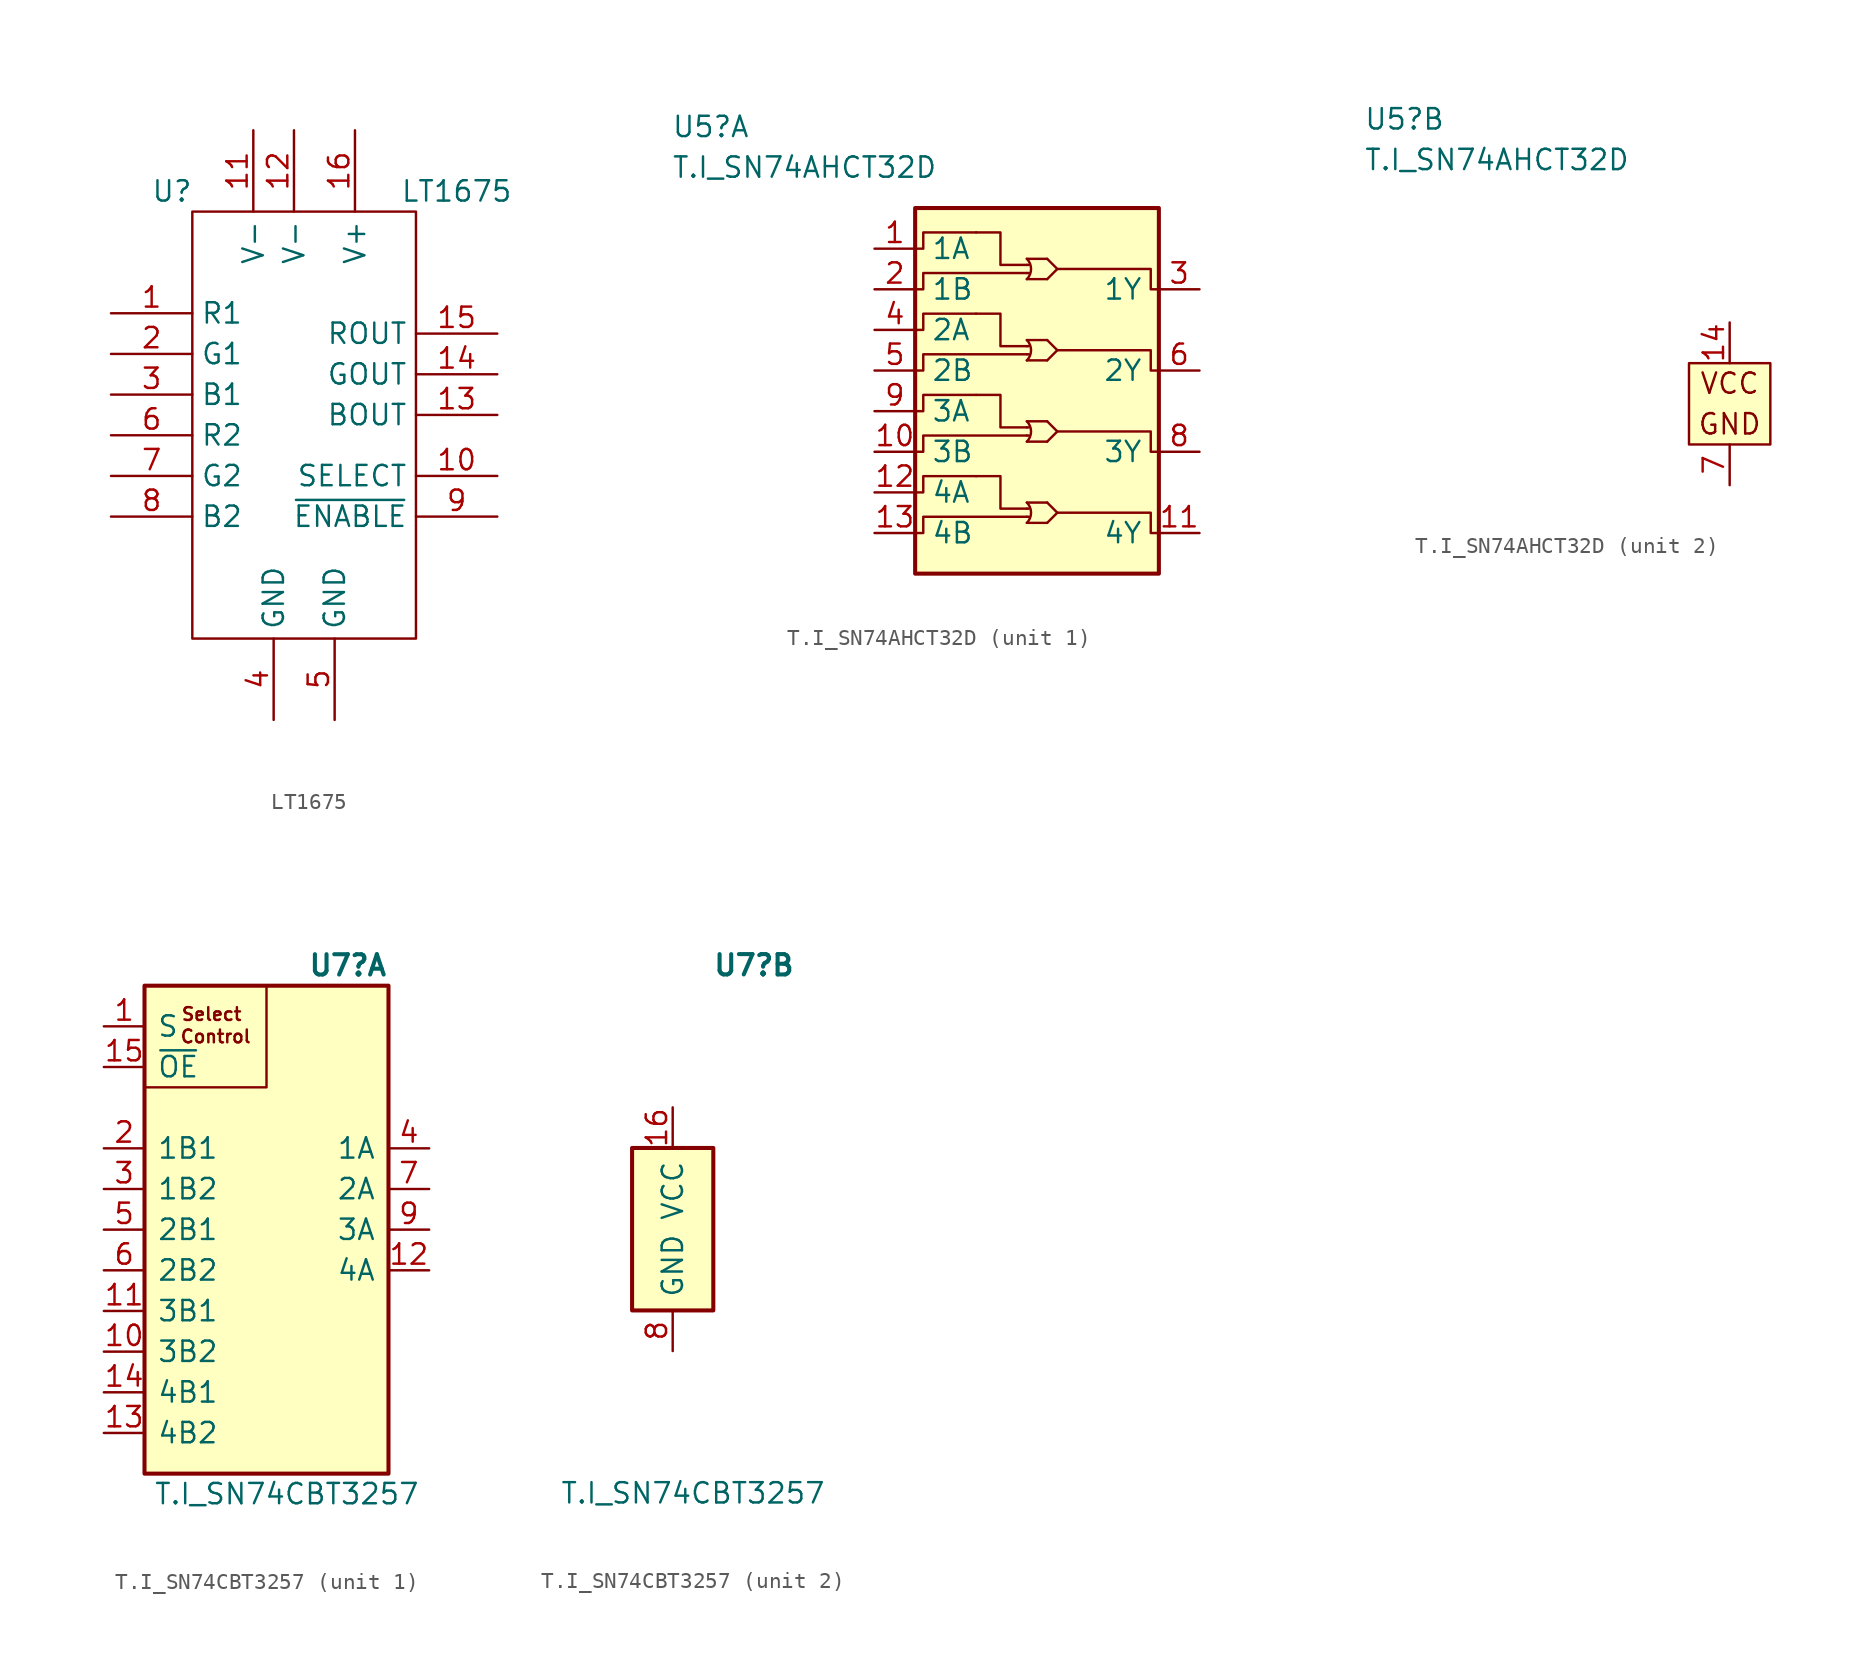
<source format=kicad_sym>
(kicad_symbol_lib
  (version 20211014)
  (generator kicad_symbol_editor)
  (symbol "LT1675"
    (property "Reference" "U"
      (at -6.35 6.35 0)
      (effects (font (size 1.27 1.27))))
    (property "Value" "LT1675"
      (at 11.43 6.35 0)
      (effects (font (size 1.27 1.27))))
    (symbol "LT1675_0_1"
      (rectangle (start -5.08 5.08) (end 8.89 -21.59) (stroke (width 0) (type default) (color 0 0 0 0)) (fill (type none))))
    (symbol "LT1675_1_0"
      (pin input line (at -10.16 -1.27 0) (length 5.08) (name "R1" (effects (font (size 1.27 1.27)))) (number "1" (effects (font (size 1.27 1.27)))))
      (pin input line (at 13.97 -11.43 180) (length 5.08) (name "SELECT" (effects (font (size 1.27 1.27)))) (number "10" (effects (font (size 1.27 1.27)))))
      (pin power_in line (at -1.27 10.16 270) (length 5.08) (name "V-" (effects (font (size 1.27 1.27)))) (number "11" (effects (font (size 1.27 1.27)))))
      (pin power_in line (at 1.27 10.16 270) (length 5.08) (name "V-" (effects (font (size 1.27 1.27)))) (number "12" (effects (font (size 1.27 1.27)))))
      (pin output line (at 13.97 -7.62 180) (length 5.08) (name "BOUT" (effects (font (size 1.27 1.27)))) (number "13" (effects (font (size 1.27 1.27)))))
      (pin output line (at 13.97 -5.08 180) (length 5.08) (name "GOUT" (effects (font (size 1.27 1.27)))) (number "14" (effects (font (size 1.27 1.27)))))
      (pin output line (at 13.97 -2.54 180) (length 5.08) (name "ROUT" (effects (font (size 1.27 1.27)))) (number "15" (effects (font (size 1.27 1.27)))))
      (pin power_in line (at 5.08 10.16 270) (length 5.08) (name "V+" (effects (font (size 1.27 1.27)))) (number "16" (effects (font (size 1.27 1.27)))))
      (pin input line (at -10.16 -3.81 0) (length 5.08) (name "G1" (effects (font (size 1.27 1.27)))) (number "2" (effects (font (size 1.27 1.27)))))
      (pin input line (at -10.16 -6.35 0) (length 5.08) (name "B1" (effects (font (size 1.27 1.27)))) (number "3" (effects (font (size 1.27 1.27)))))
      (pin power_in line (at 0 -26.67 90) (length 5.08) (name "GND" (effects (font (size 1.27 1.27)))) (number "4" (effects (font (size 1.27 1.27)))))
      (pin power_in line (at 3.81 -26.67 90) (length 5.08) (name "GND" (effects (font (size 1.27 1.27)))) (number "5" (effects (font (size 1.27 1.27)))))
      (pin input line (at -10.16 -8.89 0) (length 5.08) (name "R2" (effects (font (size 1.27 1.27)))) (number "6" (effects (font (size 1.27 1.27)))))
      (pin input line (at -10.16 -11.43 0) (length 5.08) (name "G2" (effects (font (size 1.27 1.27)))) (number "7" (effects (font (size 1.27 1.27)))))
      (pin input line (at -10.16 -13.97 0) (length 5.08) (name "B2" (effects (font (size 1.27 1.27)))) (number "8" (effects (font (size 1.27 1.27)))))
      (pin input line (at 13.97 -13.97 180) (length 5.08) (name "~{ENABLE}" (effects (font (size 1.27 1.27)))) (number "9" (effects (font (size 1.27 1.27)))))))
  (symbol "T.I_SN74AHCT32D"
    (pin_names
      (offset 1))
    (property "Reference" "U5"
      (at -22.86 17.78 0)
      (effects (font (size 1.27 1.27)) (justify left)))
    (property "Value" "T.I_SN74AHCT32D"
      (at -22.86 15.24 0)
      (effects (font (size 1.27 1.27)) (justify left)))
    (property "ki_locked" ""
      (at 0 0 0)
      (effects (font (size 1.27 1.27))))
    (symbol "T.I_SN74AHCT32D_1_1"
      (rectangle (start -7.62 12.7) (end 7.62 -10.16) (stroke (width 0.254) (type default) (color 0 0 0 0)) (fill (type background)))
      (arc (start -0.635 -6.985) (mid -0.372 -6.35) (end -0.635 -5.715) (stroke (width 0) (type default) (color 0 0 0 0)) (fill (type none)))
      (arc (start -0.635 -1.905) (mid -0.372 -1.27) (end -0.635 -0.635) (stroke (width 0) (type default) (color 0 0 0 0)) (fill (type none)))
      (arc (start -0.635 3.175) (mid -0.372 3.81) (end -0.635 4.445) (stroke (width 0) (type default) (color 0 0 0 0)) (fill (type none)))
      (arc (start -0.635 8.255) (mid -0.372 8.89) (end -0.635 9.525) (stroke (width 0) (type default) (color 0 0 0 0)) (fill (type none)))
      (polyline (pts (xy -0.635 -6.604) (xy -0.508 -6.604)) (stroke (width 0) (type default) (color 0 0 0 0)) (fill (type none)))
      (polyline (pts (xy -0.635 -6.096) (xy -0.508 -6.096)) (stroke (width 0) (type default) (color 0 0 0 0)) (fill (type none)))
      (polyline (pts (xy -0.635 -1.524) (xy -0.508 -1.524)) (stroke (width 0) (type default) (color 0 0 0 0)) (fill (type none)))
      (polyline (pts (xy -0.635 -1.016) (xy -0.508 -1.016)) (stroke (width 0) (type default) (color 0 0 0 0)) (fill (type none)))
      (polyline (pts (xy -0.635 3.556) (xy -0.508 3.556)) (stroke (width 0) (type default) (color 0 0 0 0)) (fill (type none)))
      (polyline (pts (xy -0.635 4.064) (xy -0.508 4.064)) (stroke (width 0) (type default) (color 0 0 0 0)) (fill (type none)))
      (polyline (pts (xy -0.635 8.636) (xy -0.508 8.636)) (stroke (width 0) (type default) (color 0 0 0 0)) (fill (type none)))
      (polyline (pts (xy -0.635 9.144) (xy -0.508 9.144)) (stroke (width 0) (type default) (color 0 0 0 0)) (fill (type none)))
      (polyline (pts (xy 0.635 -6.985) (xy -0.635 -6.985)) (stroke (width 0) (type default) (color 0 0 0 0)) (fill (type none)))
      (polyline (pts (xy 0.635 -5.715) (xy -0.635 -5.715)) (stroke (width 0) (type default) (color 0 0 0 0)) (fill (type none)))
      (polyline (pts (xy 0.635 -1.905) (xy -0.635 -1.905)) (stroke (width 0) (type default) (color 0 0 0 0)) (fill (type none)))
      (polyline (pts (xy 0.635 -0.635) (xy -0.635 -0.635)) (stroke (width 0) (type default) (color 0 0 0 0)) (fill (type none)))
      (polyline (pts (xy 0.635 3.175) (xy -0.635 3.175)) (stroke (width 0) (type default) (color 0 0 0 0)) (fill (type none)))
      (polyline (pts (xy 0.635 4.445) (xy -0.635 4.445)) (stroke (width 0) (type default) (color 0 0 0 0)) (fill (type none)))
      (polyline (pts (xy 0.635 8.255) (xy -0.635 8.255)) (stroke (width 0) (type default) (color 0 0 0 0)) (fill (type none)))
      (polyline (pts (xy 0.635 9.525) (xy -0.635 9.525)) (stroke (width 0) (type default) (color 0 0 0 0)) (fill (type none)))
      (polyline (pts (xy 0.635 -5.715) (xy 1.27 -6.35) (xy 0.635 -6.985)) (stroke (width 0) (type default) (color 0 0 0 0)) (fill (type none)))
      (polyline (pts (xy 0.635 -0.635) (xy 1.27 -1.27) (xy 0.635 -1.905)) (stroke (width 0) (type default) (color 0 0 0 0)) (fill (type none)))
      (polyline (pts (xy 0.635 4.445) (xy 1.27 3.81) (xy 0.635 3.175)) (stroke (width 0) (type default) (color 0 0 0 0)) (fill (type none)))
      (polyline (pts (xy 0.635 9.525) (xy 1.27 8.89) (xy 0.635 8.255)) (stroke (width 0) (type default) (color 0 0 0 0)) (fill (type none)))
      (polyline (pts (xy -0.635 -6.096) (xy -2.286 -6.096) (xy -2.286 -4.064) (xy -3.81 -4.064)) (stroke (width 0) (type default) (color 0 0 0 0)) (fill (type none)))
      (polyline (pts (xy -0.635 -1.016) (xy -2.286 -1.016) (xy -2.286 1.016) (xy -3.81 1.016)) (stroke (width 0) (type default) (color 0 0 0 0)) (fill (type none)))
      (polyline (pts (xy -0.635 4.064) (xy -2.286 4.064) (xy -2.286 6.096) (xy -3.81 6.096)) (stroke (width 0) (type default) (color 0 0 0 0)) (fill (type none)))
      (polyline (pts (xy -0.635 9.144) (xy -2.286 9.144) (xy -2.286 11.176) (xy -3.81 11.176)) (stroke (width 0) (type default) (color 0 0 0 0)) (fill (type none)))
      (polyline (pts (xy -3.81 -4.064) (xy -3.81 -4.064) (xy -7.112 -4.064) (xy -7.112 -5.08) (xy -7.62 -5.08)) (stroke (width 0) (type default) (color 0 0 0 0)) (fill (type none)))
      (polyline (pts (xy -3.81 1.016) (xy -3.81 1.016) (xy -7.112 1.016) (xy -7.112 0) (xy -7.62 0)) (stroke (width 0) (type default) (color 0 0 0 0)) (fill (type none)))
      (polyline (pts (xy -3.81 6.096) (xy -3.81 6.096) (xy -7.112 6.096) (xy -7.112 5.08) (xy -7.62 5.08)) (stroke (width 0) (type default) (color 0 0 0 0)) (fill (type none)))
      (polyline (pts (xy -3.81 11.176) (xy -3.81 11.176) (xy -7.112 11.176) (xy -7.112 10.16) (xy -7.62 10.16)) (stroke (width 0) (type default) (color 0 0 0 0)) (fill (type none)))
      (polyline (pts (xy -0.635 -6.604) (xy -3.81 -6.604) (xy -7.112 -6.604) (xy -7.112 -7.62) (xy -7.62 -7.62)) (stroke (width 0) (type default) (color 0 0 0 0)) (fill (type none)))
      (polyline (pts (xy -0.635 -1.524) (xy -3.81 -1.524) (xy -7.112 -1.524) (xy -7.112 -2.54) (xy -7.62 -2.54)) (stroke (width 0) (type default) (color 0 0 0 0)) (fill (type none)))
      (polyline (pts (xy -0.635 3.556) (xy -3.81 3.556) (xy -7.112 3.556) (xy -7.112 2.54) (xy -7.62 2.54)) (stroke (width 0) (type default) (color 0 0 0 0)) (fill (type none)))
      (polyline (pts (xy -0.635 8.636) (xy -3.81 8.636) (xy -7.112 8.636) (xy -7.112 7.62) (xy -7.62 7.62)) (stroke (width 0) (type default) (color 0 0 0 0)) (fill (type none)))
      (polyline (pts (xy 1.27 -6.35) (xy 3.81 -6.35) (xy 7.112 -6.35) (xy 7.112 -7.62) (xy 7.62 -7.62)) (stroke (width 0) (type default) (color 0 0 0 0)) (fill (type none)))
      (polyline (pts (xy 1.27 -1.27) (xy 3.81 -1.27) (xy 7.112 -1.27) (xy 7.112 -2.54) (xy 7.62 -2.54)) (stroke (width 0) (type default) (color 0 0 0 0)) (fill (type none)))
      (polyline (pts (xy 1.27 3.81) (xy 3.81 3.81) (xy 7.112 3.81) (xy 7.112 2.54) (xy 7.62 2.54)) (stroke (width 0) (type default) (color 0 0 0 0)) (fill (type none)))
      (polyline (pts (xy 1.27 8.89) (xy 3.81 8.89) (xy 7.112 8.89) (xy 7.112 7.62) (xy 7.62 7.62)) (stroke (width 0) (type default) (color 0 0 0 0)) (fill (type none)))
      (pin input line (at -10.16 10.16 0) (length 2.54) (name "1A" (effects (font (size 1.27 1.27)))) (number "1" (effects (font (size 1.27 1.27)))))
      (pin input line (at -10.16 -2.54 0) (length 2.54) (name "3B" (effects (font (size 1.27 1.27)))) (number "10" (effects (font (size 1.27 1.27)))))
      (pin output line (at 10.16 -7.62 180) (length 2.54) (name "4Y" (effects (font (size 1.27 1.27)))) (number "11" (effects (font (size 1.27 1.27)))))
      (pin input line (at -10.16 -5.08 0) (length 2.54) (name "4A" (effects (font (size 1.27 1.27)))) (number "12" (effects (font (size 1.27 1.27)))))
      (pin input line (at -10.16 -7.62 0) (length 2.54) (name "4B" (effects (font (size 1.27 1.27)))) (number "13" (effects (font (size 1.27 1.27)))))
      (pin input line (at -10.16 7.62 0) (length 2.54) (name "1B" (effects (font (size 1.27 1.27)))) (number "2" (effects (font (size 1.27 1.27)))))
      (pin output line (at 10.16 7.62 180) (length 2.54) (name "1Y" (effects (font (size 1.27 1.27)))) (number "3" (effects (font (size 1.27 1.27)))))
      (pin input line (at -10.16 5.08 0) (length 2.54) (name "2A" (effects (font (size 1.27 1.27)))) (number "4" (effects (font (size 1.27 1.27)))))
      (pin input line (at -10.16 2.54 0) (length 2.54) (name "2B" (effects (font (size 1.27 1.27)))) (number "5" (effects (font (size 1.27 1.27)))))
      (pin output line (at 10.16 2.54 180) (length 2.54) (name "2Y" (effects (font (size 1.27 1.27)))) (number "6" (effects (font (size 1.27 1.27)))))
      (pin output line (at 10.16 -2.54 180) (length 2.54) (name "3Y" (effects (font (size 1.27 1.27)))) (number "8" (effects (font (size 1.27 1.27)))))
      (pin input line (at -10.16 0 0) (length 2.54) (name "3A" (effects (font (size 1.27 1.27)))) (number "9" (effects (font (size 1.27 1.27))))))
    (symbol "T.I_SN74AHCT32D_2_0"
      (text "GND" (at 0 -1.27 0) (effects (font (size 1.27 1.27))))
      (text "VCC" (at 0 1.27 0) (effects (font (size 1.27 1.27)))))
    (symbol "T.I_SN74AHCT32D_2_1"
      (rectangle (start -2.54 2.54) (end 2.54 -2.54) (stroke (width 0) (type default) (color 0 0 0 0)) (fill (type background)))
      (pin power_in line (at 0 5.08 270) (length 2.54) (name "VCC" (effects (font (size 0 0)))) (number "14" (effects (font (size 1.27 1.27)))))
      (pin power_in line (at 0 -5.08 90) (length 2.54) (name "GND" (effects (font (size 0 0)))) (number "7" (effects (font (size 1.27 1.27)))))))
  (symbol "T.I_SN74CBT3257"
    (pin_names
      (offset 0.762))
    (property "Reference" "U7"
      (at 5.08 16.51 0)
      (effects (font (size 1.27 1.27) bold)))
    (property "Value" "T.I_SN74CBT3257"
      (at 1.27 -16.51 0)
      (effects (font (size 1.27 1.27))))
    (property "ki_locked" ""
      (at 0 0 0)
      (effects (font (size 1.27 1.27))))
    (symbol "T.I_SN74CBT3257_1_0"
      (rectangle (start -7.62 8.89) (end 0 15.24) (stroke (width 0) (type default) (color 0 0 0 0)) (fill (type none)))
      (text "Control" (at -3.175 12.065 0) (effects (font (size 0.8 0.8))))
      (text "Select" (at -3.429 13.462 0) (effects (font (size 0.8 0.8)))))
    (symbol "T.I_SN74CBT3257_1_1"
      (rectangle (start -7.62 15.24) (end 7.62 -15.24) (stroke (width 0.254) (type default) (color 0 0 0 0)) (fill (type background)))
      (pin input line (at -10.16 12.7 0) (length 2.54) (name "S" (effects (font (size 1.27 1.27)))) (number "1" (effects (font (size 1.27 1.27)))))
      (pin bidirectional line (at -10.16 -7.62 0) (length 2.54) (name "3B2" (effects (font (size 1.27 1.27)))) (number "10" (effects (font (size 1.27 1.27)))))
      (pin bidirectional line (at -10.16 -5.08 0) (length 2.54) (name "3B1" (effects (font (size 1.27 1.27)))) (number "11" (effects (font (size 1.27 1.27)))))
      (pin bidirectional line (at 10.16 -2.54 180) (length 2.54) (name "4A" (effects (font (size 1.27 1.27)))) (number "12" (effects (font (size 1.27 1.27)))))
      (pin bidirectional line (at -10.16 -12.7 0) (length 2.54) (name "4B2" (effects (font (size 1.27 1.27)))) (number "13" (effects (font (size 1.27 1.27)))))
      (pin bidirectional line (at -10.16 -10.16 0) (length 2.54) (name "4B1" (effects (font (size 1.27 1.27)))) (number "14" (effects (font (size 1.27 1.27)))))
      (pin input line (at -10.16 10.16 0) (length 2.54) (name "~{OE}" (effects (font (size 1.27 1.27)))) (number "15" (effects (font (size 1.27 1.27)))))
      (pin bidirectional line (at -10.16 5.08 0) (length 2.54) (name "1B1" (effects (font (size 1.27 1.27)))) (number "2" (effects (font (size 1.27 1.27)))))
      (pin bidirectional line (at -10.16 2.54 0) (length 2.54) (name "1B2" (effects (font (size 1.27 1.27)))) (number "3" (effects (font (size 1.27 1.27)))))
      (pin bidirectional line (at 10.16 5.08 180) (length 2.54) (name "1A" (effects (font (size 1.27 1.27)))) (number "4" (effects (font (size 1.27 1.27)))))
      (pin bidirectional line (at -10.16 0 0) (length 2.54) (name "2B1" (effects (font (size 1.27 1.27)))) (number "5" (effects (font (size 1.27 1.27)))))
      (pin bidirectional line (at -10.16 -2.54 0) (length 2.54) (name "2B2" (effects (font (size 1.27 1.27)))) (number "6" (effects (font (size 1.27 1.27)))))
      (pin bidirectional line (at 10.16 2.54 180) (length 2.54) (name "2A" (effects (font (size 1.27 1.27)))) (number "7" (effects (font (size 1.27 1.27)))))
      (pin bidirectional line (at 10.16 0 180) (length 2.54) (name "3A" (effects (font (size 1.27 1.27)))) (number "9" (effects (font (size 1.27 1.27))))))
    (symbol "T.I_SN74CBT3257_2_0"
      (rectangle (start -2.54 5.08) (end 2.54 -5.08) (stroke (width 0.254) (type default) (color 0 0 0 0)) (fill (type background)))
      (pin power_in line (at 0 7.62 270) (length 2.54) (name "VCC" (effects (font (size 1.27 1.27)))) (number "16" (effects (font (size 1.27 1.27))))))
    (symbol "T.I_SN74CBT3257_2_1"
      (pin power_in line (at 0 -7.62 90) (length 2.54) (name "GND" (effects (font (size 1.27 1.27)))) (number "8" (effects (font (size 1.27 1.27))))))))
</source>
